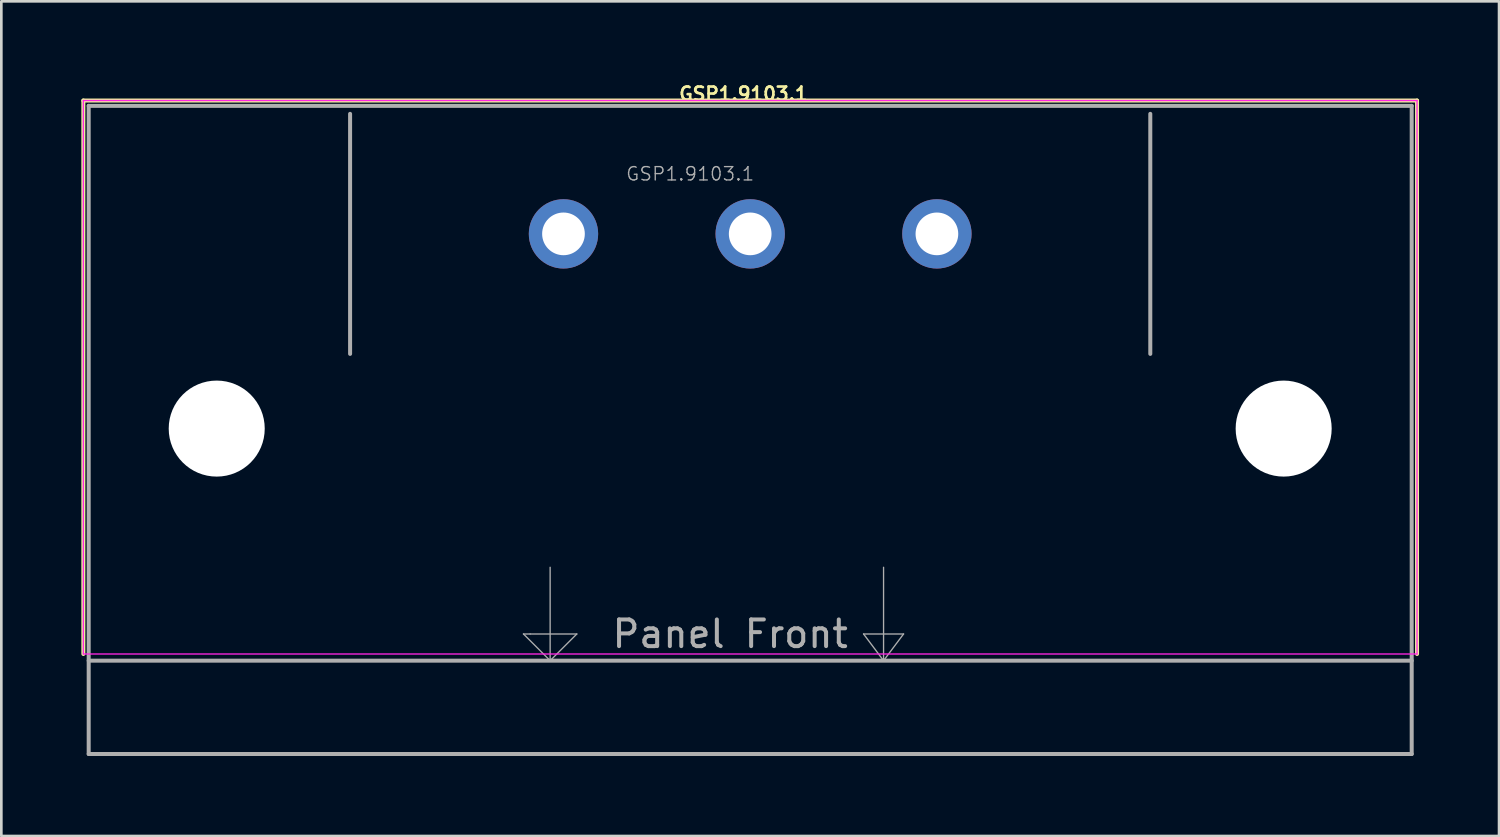
<source format=kicad_pcb>
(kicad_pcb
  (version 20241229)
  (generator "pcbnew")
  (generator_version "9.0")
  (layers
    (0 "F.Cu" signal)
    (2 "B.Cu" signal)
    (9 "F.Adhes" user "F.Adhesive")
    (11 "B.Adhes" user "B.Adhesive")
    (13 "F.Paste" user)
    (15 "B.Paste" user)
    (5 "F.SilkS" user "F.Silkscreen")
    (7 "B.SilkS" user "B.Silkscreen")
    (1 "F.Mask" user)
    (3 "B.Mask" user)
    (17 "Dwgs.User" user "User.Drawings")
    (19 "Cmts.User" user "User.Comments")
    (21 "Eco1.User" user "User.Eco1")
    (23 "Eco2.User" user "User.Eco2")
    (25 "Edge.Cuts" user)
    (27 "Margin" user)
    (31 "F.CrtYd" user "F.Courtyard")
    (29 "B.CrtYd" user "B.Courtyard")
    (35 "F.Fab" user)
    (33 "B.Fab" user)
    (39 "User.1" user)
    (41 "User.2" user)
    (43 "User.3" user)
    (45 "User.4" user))
  (footprint "GSP1.9103.1"
    (layer "F.Cu")
    (at 25.075 5.718)
    (property "Reference" "GSP1.9103.1" (at -0.25 -5.25 0) (layer "F.SilkS") (effects (font (size 0.5 0.5) (thickness 0.1))))
    (attr through_hole)
    (fp_line (start -25 -5) (end -25 15.75) (stroke (width 0.15) (type solid)) (layer "F.SilkS"))
    (fp_line (start -25 -5) (end 25 -5) (stroke (width 0.15) (type solid)) (layer "F.SilkS"))
    (fp_line (start 25 -5) (end 25 15.75) (stroke (width 0.15) (type solid)) (layer "F.SilkS"))
    (fp_line (start -25 -5) (end -25 15.75) (stroke (width 0.05) (type solid)) (layer "F.CrtYd"))
    (fp_line (start -25 -5) (end 25 -5) (stroke (width 0.05) (type solid)) (layer "F.CrtYd"))
    (fp_line (start -25 15.75) (end 25 15.75) (stroke (width 0.05) (type solid)) (layer "F.CrtYd"))
    (fp_line (start 25 -5) (end 25 15.75) (stroke (width 0.05) (type solid)) (layer "F.CrtYd"))
    (fp_line (start -24.8 -4.8) (end 24.8 -4.8) (stroke (width 0.15) (type solid)) (layer "F.Fab"))
    (fp_line (start -24.8 16) (end 24.8 16) (stroke (width 0.15) (type solid)) (layer "F.Fab"))
    (fp_line (start -24.8 19.5) (end -24.8 -4.8) (stroke (width 0.15) (type solid)) (layer "F.Fab"))
    (fp_line (start -24.8 19.5) (end 24.8 19.5) (stroke (width 0.15) (type solid)) (layer "F.Fab"))
    (fp_line (start -15 -4.5) (end -15 4.5) (stroke (width 0.15) (type solid)) (layer "F.Fab"))
    (fp_line (start -8.5 15) (end -7.5 16) (stroke (width 0.05) (type solid)) (layer "F.Fab"))
    (fp_line (start -8.25 15) (end -8.5 15) (stroke (width 0.05) (type solid)) (layer "F.Fab"))
    (fp_line (start -7.5 12.5) (end -7.5 16) (stroke (width 0.05) (type solid)) (layer "F.Fab"))
    (fp_line (start -7.5 16) (end -6.5 15) (stroke (width 0.05) (type solid)) (layer "F.Fab"))
    (fp_line (start -6.5 15) (end -8.25 15) (stroke (width 0.05) (type solid)) (layer "F.Fab"))
    (fp_line (start 4.25 15) (end 5 16) (stroke (width 0.05) (type solid)) (layer "F.Fab"))
    (fp_line (start 5 12.5) (end 5 16) (stroke (width 0.05) (type solid)) (layer "F.Fab"))
    (fp_line (start 5 16) (end 5.75 15) (stroke (width 0.05) (type solid)) (layer "F.Fab"))
    (fp_line (start 5.75 15) (end 4.25 15) (stroke (width 0.05) (type solid)) (layer "F.Fab"))
    (fp_line (start 15 4.5) (end 15 -4.5) (stroke (width 0.15) (type solid)) (layer "F.Fab"))
    (fp_line (start 24.8 19.5) (end 24.8 -4.8) (stroke (width 0.15) (type solid)) (layer "F.Fab"))
    (fp_text user "${REFERENCE}" (at -2.25 -2.25 0) (layer "F.Fab") (effects (font (size 0.5 0.5) (thickness 0.05))))
    (fp_text user "Panel Front" (at -0.75 15 0) (layer "F.Fab") (effects (font (size 1 1) (thickness 0.15))))
    (pad "" np_thru_hole circle (at -20 7.3) (size 3.6 3.6) (drill 3.6) (layers "*.Cu" "*.Mask"))
    (pad "" np_thru_hole circle (at 20 7.3) (size 3.6 3.6) (drill 3.6) (layers "*.Cu" "*.Mask"))
    (pad "1" thru_hole circle (at -7 0) (size 2.6 2.6) (drill 1.6) (layers "*.Cu" "*.Mask"))
    (pad "2" thru_hole circle (at 0 0) (size 2.6 2.6) (drill 1.6) (layers "*.Cu" "*.Mask"))
    (pad "3" thru_hole circle (at 7 0) (size 2.6 2.6) (drill 1.6) (layers "*.Cu" "*.Mask")))
  (gr_rect
    (start -3 -3)
    (end 53.15 28.293)
    (stroke (width 0.1) (type default))
    (fill no)
    (layer "Edge.Cuts")))
</source>
